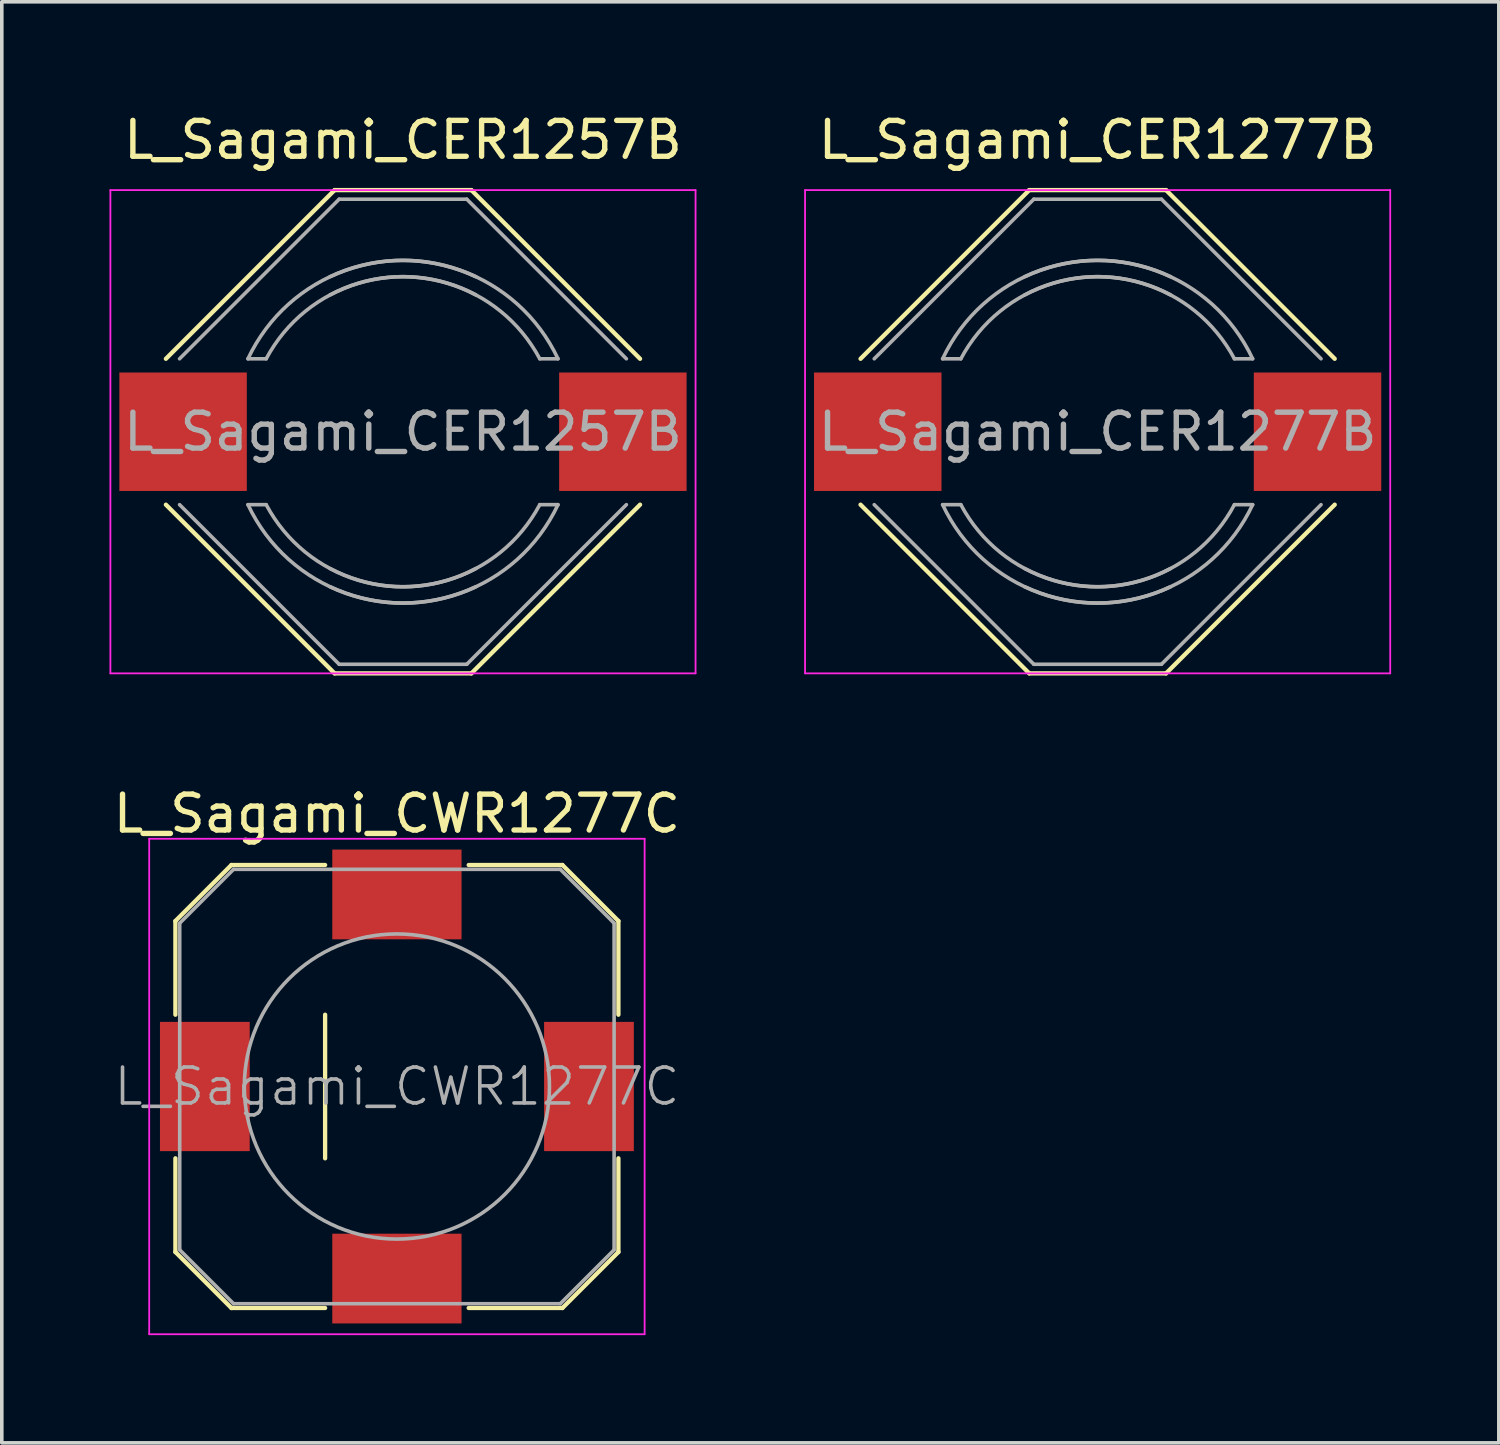
<source format=kicad_pcb>
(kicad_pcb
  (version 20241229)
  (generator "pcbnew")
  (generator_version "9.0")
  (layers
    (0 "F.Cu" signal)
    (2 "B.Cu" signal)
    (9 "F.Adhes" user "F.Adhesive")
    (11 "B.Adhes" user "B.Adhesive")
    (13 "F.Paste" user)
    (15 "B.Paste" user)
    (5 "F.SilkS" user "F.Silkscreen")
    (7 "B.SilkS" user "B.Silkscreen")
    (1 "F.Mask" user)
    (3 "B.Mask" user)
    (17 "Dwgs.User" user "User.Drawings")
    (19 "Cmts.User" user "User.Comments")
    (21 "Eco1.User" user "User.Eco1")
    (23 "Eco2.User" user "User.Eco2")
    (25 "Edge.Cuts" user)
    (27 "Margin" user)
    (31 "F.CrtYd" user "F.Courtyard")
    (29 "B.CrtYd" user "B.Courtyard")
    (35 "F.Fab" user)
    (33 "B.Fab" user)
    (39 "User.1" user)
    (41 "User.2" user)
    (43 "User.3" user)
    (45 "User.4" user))
  (footprint "L_Sagami_CWR1277C"
    (layer "F.Cu")
    (at 8.006 27.215)
    (property "Reference" "L_Sagami_CWR1277C" (at 0 -7.6 0) (layer "F.SilkS") (effects (font (size 1 1) (thickness 0.15))))
    (attr smd)
    (fp_line (start -6.17 -4.61) (end -6.17 -2) (stroke (width 0.12) (type solid)) (layer "F.SilkS"))
    (fp_line (start -6.17 2) (end -6.17 4.61) (stroke (width 0.12) (type solid)) (layer "F.SilkS"))
    (fp_line (start -4.61 -6.17) (end -6.17 -4.61) (stroke (width 0.12) (type solid)) (layer "F.SilkS"))
    (fp_line (start -4.61 -6.17) (end -2 -6.17) (stroke (width 0.12) (type solid)) (layer "F.SilkS"))
    (fp_line (start -4.61 6.17) (end -6.17 4.61) (stroke (width 0.12) (type solid)) (layer "F.SilkS"))
    (fp_line (start -4.61 6.17) (end -2 6.17) (stroke (width 0.12) (type solid)) (layer "F.SilkS"))
    (fp_line (start -2 -2) (end -2 2) (stroke (width 0.12) (type solid)) (layer "F.SilkS"))
    (fp_line (start 2 6.17) (end 4.61 6.17) (stroke (width 0.12) (type solid)) (layer "F.SilkS"))
    (fp_line (start 4.61 -6.17) (end 2 -6.17) (stroke (width 0.12) (type solid)) (layer "F.SilkS"))
    (fp_line (start 4.61 -6.17) (end 6.17 -4.61) (stroke (width 0.12) (type solid)) (layer "F.SilkS"))
    (fp_line (start 4.61 6.17) (end 6.17 4.61) (stroke (width 0.12) (type solid)) (layer "F.SilkS"))
    (fp_line (start 6.17 -2) (end 6.17 -4.61) (stroke (width 0.12) (type solid)) (layer "F.SilkS"))
    (fp_line (start 6.17 4.61) (end 6.17 2) (stroke (width 0.12) (type solid)) (layer "F.SilkS"))
    (fp_line (start -6.9 -6.9) (end -6.9 6.9) (stroke (width 0.05) (type solid)) (layer "F.CrtYd"))
    (fp_line (start -6.9 -6.9) (end 6.9 -6.9) (stroke (width 0.05) (type solid)) (layer "F.CrtYd"))
    (fp_line (start -6.9 6.9) (end 6.9 6.9) (stroke (width 0.05) (type solid)) (layer "F.CrtYd"))
    (fp_line (start 6.9 -6.9) (end 6.9 6.9) (stroke (width 0.05) (type solid)) (layer "F.CrtYd"))
    (fp_line (start -6.05 -4.55) (end -4.55 -6.05) (stroke (width 0.1) (type solid)) (layer "F.Fab"))
    (fp_line (start -6.05 4.55) (end -6.05 -4.55) (stroke (width 0.1) (type solid)) (layer "F.Fab"))
    (fp_line (start -6.05 4.55) (end -4.55 6.05) (stroke (width 0.1) (type solid)) (layer "F.Fab"))
    (fp_line (start -4.55 -6.05) (end 4.55 -6.05) (stroke (width 0.1) (type solid)) (layer "F.Fab"))
    (fp_line (start 4.55 -6.05) (end 6.05 -4.55) (stroke (width 0.1) (type solid)) (layer "F.Fab"))
    (fp_line (start 4.55 6.05) (end -4.55 6.05) (stroke (width 0.1) (type solid)) (layer "F.Fab"))
    (fp_line (start 4.55 6.05) (end 6.05 4.55) (stroke (width 0.1) (type solid)) (layer "F.Fab"))
    (fp_line (start 6.05 -4.55) (end 6.05 4.55) (stroke (width 0.1) (type solid)) (layer "F.Fab"))
    (fp_circle (center 0 0) (end 4.25 0) (stroke (width 0.1) (type solid)) (fill no) (layer "F.Fab"))
    (fp_text user "${REFERENCE}" (at 0 0 0) (layer "F.Fab") (effects (font (size 1 1) (thickness 0.1))))
    (pad "1" smd rect (at -5.35 0) (size 2.5 3.6) (layers "F.Cu" "F.Mask" "F.Paste"))
    (pad "1" smd rect (at 0 5.35) (size 3.6 2.5) (layers "F.Cu" "F.Mask" "F.Paste"))
    (pad "2" smd rect (at 0 -5.35) (size 3.6 2.5) (layers "F.Cu" "F.Mask" "F.Paste"))
    (pad "2" smd rect (at 5.35 0) (size 2.5 3.6) (layers "F.Cu" "F.Mask" "F.Paste")))
  (footprint "L_Sagami_CER1257B"
    (layer "F.Cu")
    (at 8.175 8.976)
    (property "Reference" "L_Sagami_CER1257B" (at 0 -8.128 0) (layer "F.SilkS") (effects (font (size 1 1) (thickness 0.15))))
    (attr smd)
    (fp_line (start -6.604 -2.032) (end -1.905 -6.731) (stroke (width 0.12) (type solid)) (layer "F.SilkS"))
    (fp_line (start -6.604 2.032) (end -1.905 6.731) (stroke (width 0.12) (type solid)) (layer "F.SilkS"))
    (fp_line (start -1.905 -6.731) (end 1.905 -6.731) (stroke (width 0.12) (type solid)) (layer "F.SilkS"))
    (fp_line (start -1.905 6.731) (end 1.905 6.731) (stroke (width 0.12) (type solid)) (layer "F.SilkS"))
    (fp_line (start 1.905 -6.731) (end 6.604 -2.032) (stroke (width 0.12) (type solid)) (layer "F.SilkS"))
    (fp_line (start 1.905 6.731) (end 6.604 2.032) (stroke (width 0.12) (type solid)) (layer "F.SilkS"))
    (fp_line (start -8.15 -6.73) (end -8.15 6.73) (stroke (width 0.05) (type solid)) (layer "F.CrtYd"))
    (fp_line (start -8.15 -6.73) (end 8.15 -6.73) (stroke (width 0.05) (type solid)) (layer "F.CrtYd"))
    (fp_line (start -8.15 6.73) (end 8.15 6.73) (stroke (width 0.05) (type solid)) (layer "F.CrtYd"))
    (fp_line (start 8.15 -6.73) (end 8.15 6.73) (stroke (width 0.05) (type solid)) (layer "F.CrtYd"))
    (fp_line (start -6.223 -2.032) (end -1.778 -6.477) (stroke (width 0.1) (type solid)) (layer "F.Fab"))
    (fp_line (start -6.223 2.032) (end -1.778 6.477) (stroke (width 0.1) (type solid)) (layer "F.Fab"))
    (fp_line (start -3.81 -2.032) (end -4.318 -2.032) (stroke (width 0.1) (type solid)) (layer "F.Fab"))
    (fp_line (start -3.81 2.032) (end -4.318 2.032) (stroke (width 0.1) (type solid)) (layer "F.Fab"))
    (fp_line (start -1.778 6.477) (end 1.778 6.477) (stroke (width 0.1) (type solid)) (layer "F.Fab"))
    (fp_line (start 1.778 -6.477) (end -1.778 -6.477) (stroke (width 0.1) (type solid)) (layer "F.Fab"))
    (fp_line (start 1.778 6.477) (end 6.223 2.032) (stroke (width 0.1) (type solid)) (layer "F.Fab"))
    (fp_line (start 3.81 -2.032) (end 4.318 -2.032) (stroke (width 0.1) (type solid)) (layer "F.Fab"))
    (fp_line (start 3.81 2.032) (end 4.318 2.032) (stroke (width 0.1) (type solid)) (layer "F.Fab"))
    (fp_line (start 6.223 -2.032) (end 1.778 -6.477) (stroke (width 0.1) (type solid)) (layer "F.Fab"))
    (fp_arc (start -4.318 -2.032) (mid -1.616446 -4.490128) (end 2.032 -4.318) (stroke (width 0.1) (type solid)) (layer "F.Fab"))
    (fp_arc (start -3.81 -2.032) (mid -1.257236 -4.130918) (end 2.032 -3.81) (stroke (width 0.1) (type solid)) (layer "F.Fab"))
    (fp_arc (start -2.032 -4.318) (mid 1.616446 -4.490128) (end 4.318 -2.032) (stroke (width 0.1) (type solid)) (layer "F.Fab"))
    (fp_arc (start -2.032 -3.81) (mid 1.257236 -4.130918) (end 3.81 -2.032) (stroke (width 0.1) (type solid)) (layer "F.Fab"))
    (fp_arc (start 2.032 3.81) (mid -1.257236 4.130918) (end -3.81 2.032) (stroke (width 0.1) (type solid)) (layer "F.Fab"))
    (fp_arc (start 2.032 4.318) (mid -1.616446 4.490128) (end -4.318 2.032) (stroke (width 0.1) (type solid)) (layer "F.Fab"))
    (fp_arc (start 3.81 2.032) (mid 1.257236 4.130918) (end -2.032 3.81) (stroke (width 0.1) (type solid)) (layer "F.Fab"))
    (fp_arc (start 4.318 2.032) (mid 1.616446 4.490128) (end -2.032 4.318) (stroke (width 0.1) (type solid)) (layer "F.Fab"))
    (fp_text user "${REFERENCE}" (at 0 0 0) (layer "F.Fab") (effects (font (size 1 1) (thickness 0.15))))
    (pad "1" smd rect (at -6.125 0) (size 3.55 3.3) (layers "F.Cu" "F.Mask" "F.Paste"))
    (pad "2" smd rect (at 6.125 0) (size 3.55 3.3) (layers "F.Cu" "F.Mask" "F.Paste")))
  (footprint "L_Sagami_CER1277B"
    (layer "F.Cu")
    (at 27.525 8.976)
    (property "Reference" "L_Sagami_CER1277B" (at 0 -8.128 0) (layer "F.SilkS") (effects (font (size 1 1) (thickness 0.15))))
    (attr smd)
    (fp_line (start -6.604 -2.032) (end -1.905 -6.731) (stroke (width 0.12) (type solid)) (layer "F.SilkS"))
    (fp_line (start -6.604 2.032) (end -1.905 6.731) (stroke (width 0.12) (type solid)) (layer "F.SilkS"))
    (fp_line (start -1.905 -6.731) (end 1.905 -6.731) (stroke (width 0.12) (type solid)) (layer "F.SilkS"))
    (fp_line (start -1.905 6.731) (end 1.905 6.731) (stroke (width 0.12) (type solid)) (layer "F.SilkS"))
    (fp_line (start 1.905 -6.731) (end 6.604 -2.032) (stroke (width 0.12) (type solid)) (layer "F.SilkS"))
    (fp_line (start 1.905 6.731) (end 6.604 2.032) (stroke (width 0.12) (type solid)) (layer "F.SilkS"))
    (fp_line (start -8.15 -6.73) (end -8.15 6.73) (stroke (width 0.05) (type solid)) (layer "F.CrtYd"))
    (fp_line (start -8.15 -6.73) (end 8.15 -6.73) (stroke (width 0.05) (type solid)) (layer "F.CrtYd"))
    (fp_line (start -8.15 6.73) (end 8.15 6.73) (stroke (width 0.05) (type solid)) (layer "F.CrtYd"))
    (fp_line (start 8.15 -6.73) (end 8.15 6.73) (stroke (width 0.05) (type solid)) (layer "F.CrtYd"))
    (fp_line (start -6.223 -2.032) (end -1.778 -6.477) (stroke (width 0.1) (type solid)) (layer "F.Fab"))
    (fp_line (start -6.223 2.032) (end -1.778 6.477) (stroke (width 0.1) (type solid)) (layer "F.Fab"))
    (fp_line (start -3.81 -2.032) (end -4.318 -2.032) (stroke (width 0.1) (type solid)) (layer "F.Fab"))
    (fp_line (start -3.81 2.032) (end -4.318 2.032) (stroke (width 0.1) (type solid)) (layer "F.Fab"))
    (fp_line (start -1.778 6.477) (end 1.778 6.477) (stroke (width 0.1) (type solid)) (layer "F.Fab"))
    (fp_line (start 1.778 -6.477) (end -1.778 -6.477) (stroke (width 0.1) (type solid)) (layer "F.Fab"))
    (fp_line (start 1.778 6.477) (end 6.223 2.032) (stroke (width 0.1) (type solid)) (layer "F.Fab"))
    (fp_line (start 3.81 -2.032) (end 4.318 -2.032) (stroke (width 0.1) (type solid)) (layer "F.Fab"))
    (fp_line (start 3.81 2.032) (end 4.318 2.032) (stroke (width 0.1) (type solid)) (layer "F.Fab"))
    (fp_line (start 6.223 -2.032) (end 1.778 -6.477) (stroke (width 0.1) (type solid)) (layer "F.Fab"))
    (fp_arc (start -4.318 -2.032) (mid -1.616446 -4.490128) (end 2.032 -4.318) (stroke (width 0.1) (type solid)) (layer "F.Fab"))
    (fp_arc (start -3.81 -2.032) (mid -1.257236 -4.130918) (end 2.032 -3.81) (stroke (width 0.1) (type solid)) (layer "F.Fab"))
    (fp_arc (start -2.032 -4.318) (mid 1.616446 -4.490128) (end 4.318 -2.032) (stroke (width 0.1) (type solid)) (layer "F.Fab"))
    (fp_arc (start -2.032 -3.81) (mid 1.257236 -4.130918) (end 3.81 -2.032) (stroke (width 0.1) (type solid)) (layer "F.Fab"))
    (fp_arc (start 2.032 3.81) (mid -1.257236 4.130918) (end -3.81 2.032) (stroke (width 0.1) (type solid)) (layer "F.Fab"))
    (fp_arc (start 2.032 4.318) (mid -1.616446 4.490128) (end -4.318 2.032) (stroke (width 0.1) (type solid)) (layer "F.Fab"))
    (fp_arc (start 3.81 2.032) (mid 1.257236 4.130918) (end -2.032 3.81) (stroke (width 0.1) (type solid)) (layer "F.Fab"))
    (fp_arc (start 4.318 2.032) (mid 1.616446 4.490128) (end -2.032 4.318) (stroke (width 0.1) (type solid)) (layer "F.Fab"))
    (fp_text user "${REFERENCE}" (at 0 0 0) (layer "F.Fab") (effects (font (size 1 1) (thickness 0.15))))
    (pad "1" smd rect (at -6.125 0) (size 3.55 3.3) (layers "F.Cu" "F.Mask" "F.Paste"))
    (pad "2" smd rect (at 6.125 0) (size 3.55 3.3) (layers "F.Cu" "F.Mask" "F.Paste")))
  (gr_rect
    (start -3 -3)
    (end 38.7 37.141)
    (stroke (width 0.1) (type default))
    (fill no)
    (layer "Edge.Cuts")))
</source>
